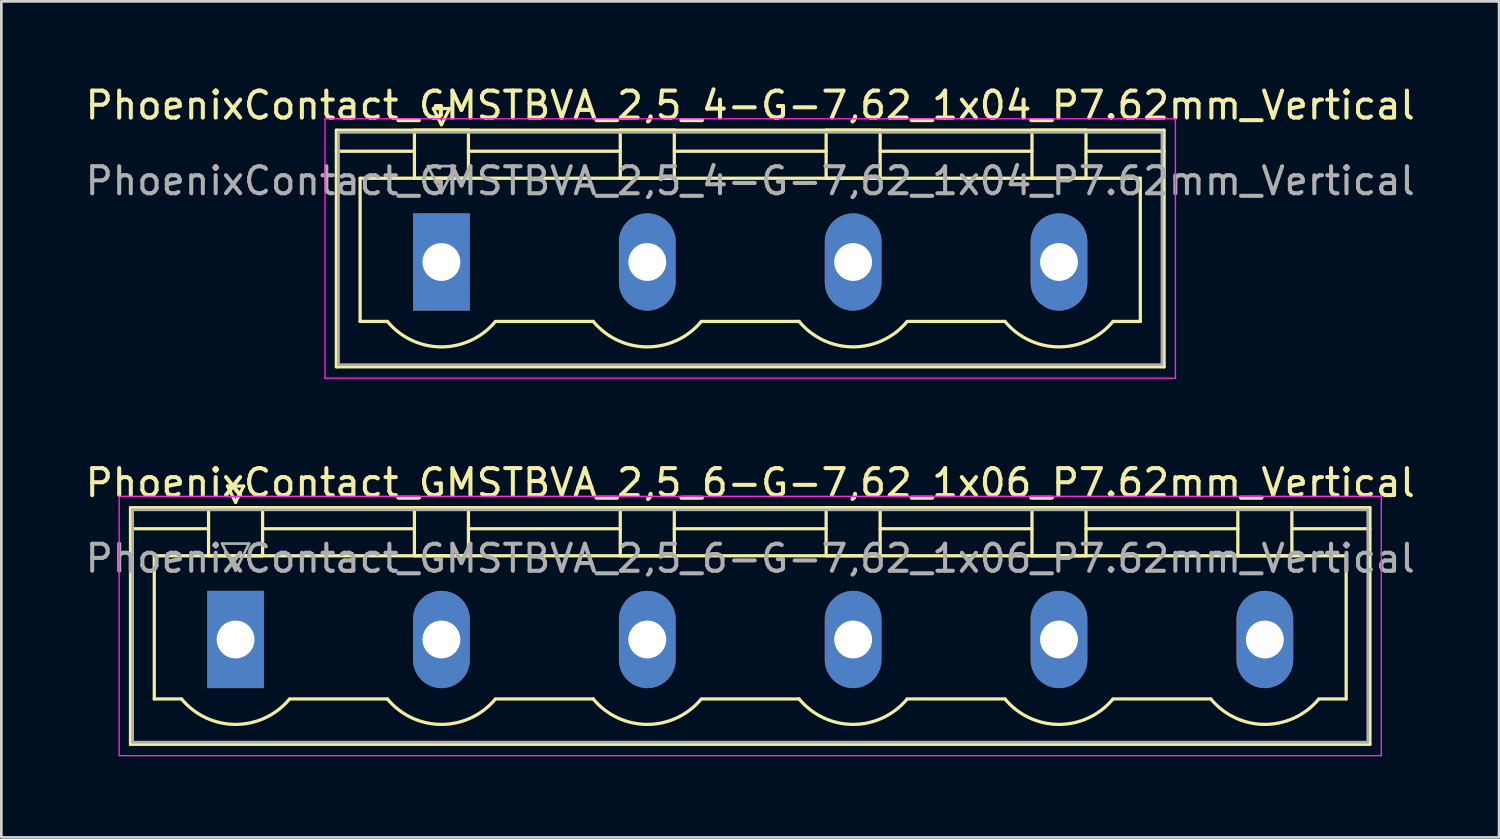
<source format=kicad_pcb>
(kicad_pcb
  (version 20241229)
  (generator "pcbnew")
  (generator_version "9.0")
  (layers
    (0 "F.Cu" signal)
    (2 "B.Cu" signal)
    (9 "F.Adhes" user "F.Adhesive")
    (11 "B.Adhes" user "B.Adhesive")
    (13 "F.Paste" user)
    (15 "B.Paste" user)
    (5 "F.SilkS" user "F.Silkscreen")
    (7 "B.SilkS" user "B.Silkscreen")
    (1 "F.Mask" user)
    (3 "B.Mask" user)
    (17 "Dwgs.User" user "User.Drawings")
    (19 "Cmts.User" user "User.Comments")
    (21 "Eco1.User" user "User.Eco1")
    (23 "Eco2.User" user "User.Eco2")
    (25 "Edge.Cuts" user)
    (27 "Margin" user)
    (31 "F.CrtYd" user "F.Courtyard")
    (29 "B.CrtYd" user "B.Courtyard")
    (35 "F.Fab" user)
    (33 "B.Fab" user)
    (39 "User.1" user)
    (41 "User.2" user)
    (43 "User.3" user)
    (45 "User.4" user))
  (footprint "PhoenixContact_GMSTBVA_2,5_6-G-7,62_1x06_P7.62mm_Vertical"
    (layer "F.Cu")
    (at 5.67 20.622)
    (property "Reference" "PhoenixContact_GMSTBVA_2,5_6-G-7,62_1x06_P7.62mm_Vertical" (at 19.05 -5.8 0) (layer "F.SilkS") (effects (font (size 1 1) (thickness 0.15))))
    (attr through_hole)
    (fp_line (start -3.89 -4.88) (end -3.89 3.88) (stroke (width 0.12) (type solid)) (layer "F.SilkS"))
    (fp_line (start -3.89 -4.1) (end -1.08 -4.1) (stroke (width 0.12) (type solid)) (layer "F.SilkS"))
    (fp_line (start -3.89 3.88) (end 41.99 3.88) (stroke (width 0.12) (type solid)) (layer "F.SilkS"))
    (fp_line (start -3.01 -3.1) (end 41.11 -3.1) (stroke (width 0.12) (type solid)) (layer "F.SilkS"))
    (fp_line (start -3.01 2.2) (end -3.01 -3.1) (stroke (width 0.12) (type solid)) (layer "F.SilkS"))
    (fp_line (start -2 2.2) (end -3.01 2.2) (stroke (width 0.12) (type solid)) (layer "F.SilkS"))
    (fp_line (start -1 -4.88) (end 1 -4.88) (stroke (width 0.12) (type solid)) (layer "F.SilkS"))
    (fp_line (start -1 -3.1) (end -1 -4.88) (stroke (width 0.12) (type solid)) (layer "F.SilkS"))
    (fp_line (start -0.3 -5.68) (end 0.3 -5.68) (stroke (width 0.12) (type solid)) (layer "F.SilkS"))
    (fp_line (start 0 -5.08) (end -0.3 -5.68) (stroke (width 0.12) (type solid)) (layer "F.SilkS"))
    (fp_line (start 0.3 -5.68) (end 0 -5.08) (stroke (width 0.12) (type solid)) (layer "F.SilkS"))
    (fp_line (start 1 -4.88) (end 1 -3.1) (stroke (width 0.12) (type solid)) (layer "F.SilkS"))
    (fp_line (start 1 -4.1) (end 6.62 -4.1) (stroke (width 0.12) (type solid)) (layer "F.SilkS"))
    (fp_line (start 1 -3.1) (end -1 -3.1) (stroke (width 0.12) (type solid)) (layer "F.SilkS"))
    (fp_line (start 2 2.2) (end 5.62 2.2) (stroke (width 0.12) (type solid)) (layer "F.SilkS"))
    (fp_line (start 6.62 -4.88) (end 8.62 -4.88) (stroke (width 0.12) (type solid)) (layer "F.SilkS"))
    (fp_line (start 6.62 -3.1) (end 6.62 -4.88) (stroke (width 0.12) (type solid)) (layer "F.SilkS"))
    (fp_line (start 8.62 -4.88) (end 8.62 -3.1) (stroke (width 0.12) (type solid)) (layer "F.SilkS"))
    (fp_line (start 8.62 -4.1) (end 14.24 -4.1) (stroke (width 0.12) (type solid)) (layer "F.SilkS"))
    (fp_line (start 8.62 -3.1) (end 6.62 -3.1) (stroke (width 0.12) (type solid)) (layer "F.SilkS"))
    (fp_line (start 9.62 2.2) (end 13.24 2.2) (stroke (width 0.12) (type solid)) (layer "F.SilkS"))
    (fp_line (start 14.24 -4.88) (end 16.24 -4.88) (stroke (width 0.12) (type solid)) (layer "F.SilkS"))
    (fp_line (start 14.24 -3.1) (end 14.24 -4.88) (stroke (width 0.12) (type solid)) (layer "F.SilkS"))
    (fp_line (start 16.24 -4.88) (end 16.24 -3.1) (stroke (width 0.12) (type solid)) (layer "F.SilkS"))
    (fp_line (start 16.24 -4.1) (end 21.86 -4.1) (stroke (width 0.12) (type solid)) (layer "F.SilkS"))
    (fp_line (start 16.24 -3.1) (end 14.24 -3.1) (stroke (width 0.12) (type solid)) (layer "F.SilkS"))
    (fp_line (start 17.24 2.2) (end 20.86 2.2) (stroke (width 0.12) (type solid)) (layer "F.SilkS"))
    (fp_line (start 21.86 -4.88) (end 23.86 -4.88) (stroke (width 0.12) (type solid)) (layer "F.SilkS"))
    (fp_line (start 21.86 -3.1) (end 21.86 -4.88) (stroke (width 0.12) (type solid)) (layer "F.SilkS"))
    (fp_line (start 23.86 -4.88) (end 23.86 -3.1) (stroke (width 0.12) (type solid)) (layer "F.SilkS"))
    (fp_line (start 23.86 -4.1) (end 29.48 -4.1) (stroke (width 0.12) (type solid)) (layer "F.SilkS"))
    (fp_line (start 23.86 -3.1) (end 21.86 -3.1) (stroke (width 0.12) (type solid)) (layer "F.SilkS"))
    (fp_line (start 24.86 2.2) (end 28.48 2.2) (stroke (width 0.12) (type solid)) (layer "F.SilkS"))
    (fp_line (start 29.48 -4.88) (end 31.48 -4.88) (stroke (width 0.12) (type solid)) (layer "F.SilkS"))
    (fp_line (start 29.48 -3.1) (end 29.48 -4.88) (stroke (width 0.12) (type solid)) (layer "F.SilkS"))
    (fp_line (start 31.48 -4.88) (end 31.48 -3.1) (stroke (width 0.12) (type solid)) (layer "F.SilkS"))
    (fp_line (start 31.48 -4.1) (end 37.1 -4.1) (stroke (width 0.12) (type solid)) (layer "F.SilkS"))
    (fp_line (start 31.48 -3.1) (end 29.48 -3.1) (stroke (width 0.12) (type solid)) (layer "F.SilkS"))
    (fp_line (start 32.48 2.2) (end 36.1 2.2) (stroke (width 0.12) (type solid)) (layer "F.SilkS"))
    (fp_line (start 37.1 -4.88) (end 39.1 -4.88) (stroke (width 0.12) (type solid)) (layer "F.SilkS"))
    (fp_line (start 37.1 -3.1) (end 37.1 -4.88) (stroke (width 0.12) (type solid)) (layer "F.SilkS"))
    (fp_line (start 39.1 -4.88) (end 39.1 -3.1) (stroke (width 0.12) (type solid)) (layer "F.SilkS"))
    (fp_line (start 39.1 -3.1) (end 37.1 -3.1) (stroke (width 0.12) (type solid)) (layer "F.SilkS"))
    (fp_line (start 41.11 -3.1) (end 41.11 2.2) (stroke (width 0.12) (type solid)) (layer "F.SilkS"))
    (fp_line (start 41.11 2.2) (end 40.1 2.2) (stroke (width 0.12) (type solid)) (layer "F.SilkS"))
    (fp_line (start 41.99 -4.88) (end -3.89 -4.88) (stroke (width 0.12) (type solid)) (layer "F.SilkS"))
    (fp_line (start 41.99 -4.1) (end 39.18 -4.1) (stroke (width 0.12) (type solid)) (layer "F.SilkS"))
    (fp_line (start 41.99 3.88) (end 41.99 -4.88) (stroke (width 0.12) (type solid)) (layer "F.SilkS"))
    (fp_arc (start 1.986842 2.215821) (mid -0.010289 3.142758) (end -2 2.2) (stroke (width 0.12) (type solid)) (layer "F.SilkS"))
    (fp_arc (start 9.606842 2.215821) (mid 7.609711 3.142758) (end 5.62 2.2) (stroke (width 0.12) (type solid)) (layer "F.SilkS"))
    (fp_arc (start 17.226842 2.215821) (mid 15.229711 3.142758) (end 13.24 2.2) (stroke (width 0.12) (type solid)) (layer "F.SilkS"))
    (fp_arc (start 24.846842 2.215821) (mid 22.849711 3.142758) (end 20.86 2.2) (stroke (width 0.12) (type solid)) (layer "F.SilkS"))
    (fp_arc (start 32.466842 2.215821) (mid 30.469711 3.142758) (end 28.48 2.2) (stroke (width 0.12) (type solid)) (layer "F.SilkS"))
    (fp_arc (start 40.086842 2.215821) (mid 38.089711 3.142758) (end 36.1 2.2) (stroke (width 0.12) (type solid)) (layer "F.SilkS"))
    (fp_line (start -4.31 -5.3) (end -4.31 4.3) (stroke (width 0.05) (type solid)) (layer "F.CrtYd"))
    (fp_line (start -4.31 4.3) (end 42.41 4.3) (stroke (width 0.05) (type solid)) (layer "F.CrtYd"))
    (fp_line (start 42.41 -5.3) (end -4.31 -5.3) (stroke (width 0.05) (type solid)) (layer "F.CrtYd"))
    (fp_line (start 42.41 4.3) (end 42.41 -5.3) (stroke (width 0.05) (type solid)) (layer "F.CrtYd"))
    (fp_line (start -3.81 -4.8) (end -3.81 3.8) (stroke (width 0.1) (type solid)) (layer "F.Fab"))
    (fp_line (start -3.81 3.8) (end 41.91 3.8) (stroke (width 0.1) (type solid)) (layer "F.Fab"))
    (fp_line (start -0.5 -3.55) (end 0.5 -3.55) (stroke (width 0.1) (type solid)) (layer "F.Fab"))
    (fp_line (start 0 -2.55) (end -0.5 -3.55) (stroke (width 0.1) (type solid)) (layer "F.Fab"))
    (fp_line (start 0.5 -3.55) (end 0 -2.55) (stroke (width 0.1) (type solid)) (layer "F.Fab"))
    (fp_line (start 41.91 -4.8) (end -3.81 -4.8) (stroke (width 0.1) (type solid)) (layer "F.Fab"))
    (fp_line (start 41.91 3.8) (end 41.91 -4.8) (stroke (width 0.1) (type solid)) (layer "F.Fab"))
    (fp_text user "${REFERENCE}" (at 19.05 -3 0) (layer "F.Fab") (effects (font (size 1 1) (thickness 0.15))))
    (pad "1" thru_hole rect (at 0 0) (size 2.1 3.6) (drill 1.4) (layers "*.Cu" "*.Mask"))
    (pad "2" thru_hole oval (at 7.62 0) (size 2.1 3.6) (drill 1.4) (layers "*.Cu" "*.Mask"))
    (pad "3" thru_hole oval (at 15.24 0) (size 2.1 3.6) (drill 1.4) (layers "*.Cu" "*.Mask"))
    (pad "4" thru_hole oval (at 22.86 0) (size 2.1 3.6) (drill 1.4) (layers "*.Cu" "*.Mask"))
    (pad "5" thru_hole oval (at 30.48 0) (size 2.1 3.6) (drill 1.4) (layers "*.Cu" "*.Mask"))
    (pad "6" thru_hole oval (at 38.1 0) (size 2.1 3.6) (drill 1.4) (layers "*.Cu" "*.Mask")))
  (footprint "PhoenixContact_GMSTBVA_2,5_4-G-7,62_1x04_P7.62mm_Vertical"
    (layer "F.Cu")
    (at 13.29 6.648)
    (property "Reference" "PhoenixContact_GMSTBVA_2,5_4-G-7,62_1x04_P7.62mm_Vertical" (at 11.43 -5.8 0) (layer "F.SilkS") (effects (font (size 1 1) (thickness 0.15))))
    (attr through_hole)
    (fp_line (start -3.89 -4.88) (end -3.89 3.88) (stroke (width 0.12) (type solid)) (layer "F.SilkS"))
    (fp_line (start -3.89 -4.1) (end -1.08 -4.1) (stroke (width 0.12) (type solid)) (layer "F.SilkS"))
    (fp_line (start -3.89 3.88) (end 26.75 3.88) (stroke (width 0.12) (type solid)) (layer "F.SilkS"))
    (fp_line (start -3.01 -3.1) (end 25.87 -3.1) (stroke (width 0.12) (type solid)) (layer "F.SilkS"))
    (fp_line (start -3.01 2.2) (end -3.01 -3.1) (stroke (width 0.12) (type solid)) (layer "F.SilkS"))
    (fp_line (start -2 2.2) (end -3.01 2.2) (stroke (width 0.12) (type solid)) (layer "F.SilkS"))
    (fp_line (start -1 -4.88) (end 1 -4.88) (stroke (width 0.12) (type solid)) (layer "F.SilkS"))
    (fp_line (start -1 -3.1) (end -1 -4.88) (stroke (width 0.12) (type solid)) (layer "F.SilkS"))
    (fp_line (start -0.3 -5.68) (end 0.3 -5.68) (stroke (width 0.12) (type solid)) (layer "F.SilkS"))
    (fp_line (start 0 -5.08) (end -0.3 -5.68) (stroke (width 0.12) (type solid)) (layer "F.SilkS"))
    (fp_line (start 0.3 -5.68) (end 0 -5.08) (stroke (width 0.12) (type solid)) (layer "F.SilkS"))
    (fp_line (start 1 -4.88) (end 1 -3.1) (stroke (width 0.12) (type solid)) (layer "F.SilkS"))
    (fp_line (start 1 -4.1) (end 6.62 -4.1) (stroke (width 0.12) (type solid)) (layer "F.SilkS"))
    (fp_line (start 1 -3.1) (end -1 -3.1) (stroke (width 0.12) (type solid)) (layer "F.SilkS"))
    (fp_line (start 2 2.2) (end 5.62 2.2) (stroke (width 0.12) (type solid)) (layer "F.SilkS"))
    (fp_line (start 6.62 -4.88) (end 8.62 -4.88) (stroke (width 0.12) (type solid)) (layer "F.SilkS"))
    (fp_line (start 6.62 -3.1) (end 6.62 -4.88) (stroke (width 0.12) (type solid)) (layer "F.SilkS"))
    (fp_line (start 8.62 -4.88) (end 8.62 -3.1) (stroke (width 0.12) (type solid)) (layer "F.SilkS"))
    (fp_line (start 8.62 -4.1) (end 14.24 -4.1) (stroke (width 0.12) (type solid)) (layer "F.SilkS"))
    (fp_line (start 8.62 -3.1) (end 6.62 -3.1) (stroke (width 0.12) (type solid)) (layer "F.SilkS"))
    (fp_line (start 9.62 2.2) (end 13.24 2.2) (stroke (width 0.12) (type solid)) (layer "F.SilkS"))
    (fp_line (start 14.24 -4.88) (end 16.24 -4.88) (stroke (width 0.12) (type solid)) (layer "F.SilkS"))
    (fp_line (start 14.24 -3.1) (end 14.24 -4.88) (stroke (width 0.12) (type solid)) (layer "F.SilkS"))
    (fp_line (start 16.24 -4.88) (end 16.24 -3.1) (stroke (width 0.12) (type solid)) (layer "F.SilkS"))
    (fp_line (start 16.24 -4.1) (end 21.86 -4.1) (stroke (width 0.12) (type solid)) (layer "F.SilkS"))
    (fp_line (start 16.24 -3.1) (end 14.24 -3.1) (stroke (width 0.12) (type solid)) (layer "F.SilkS"))
    (fp_line (start 17.24 2.2) (end 20.86 2.2) (stroke (width 0.12) (type solid)) (layer "F.SilkS"))
    (fp_line (start 21.86 -4.88) (end 23.86 -4.88) (stroke (width 0.12) (type solid)) (layer "F.SilkS"))
    (fp_line (start 21.86 -3.1) (end 21.86 -4.88) (stroke (width 0.12) (type solid)) (layer "F.SilkS"))
    (fp_line (start 23.86 -4.88) (end 23.86 -3.1) (stroke (width 0.12) (type solid)) (layer "F.SilkS"))
    (fp_line (start 23.86 -3.1) (end 21.86 -3.1) (stroke (width 0.12) (type solid)) (layer "F.SilkS"))
    (fp_line (start 25.87 -3.1) (end 25.87 2.2) (stroke (width 0.12) (type solid)) (layer "F.SilkS"))
    (fp_line (start 25.87 2.2) (end 24.86 2.2) (stroke (width 0.12) (type solid)) (layer "F.SilkS"))
    (fp_line (start 26.75 -4.88) (end -3.89 -4.88) (stroke (width 0.12) (type solid)) (layer "F.SilkS"))
    (fp_line (start 26.75 -4.1) (end 23.94 -4.1) (stroke (width 0.12) (type solid)) (layer "F.SilkS"))
    (fp_line (start 26.75 3.88) (end 26.75 -4.88) (stroke (width 0.12) (type solid)) (layer "F.SilkS"))
    (fp_arc (start 1.986842 2.215821) (mid -0.010289 3.142758) (end -2 2.2) (stroke (width 0.12) (type solid)) (layer "F.SilkS"))
    (fp_arc (start 9.606842 2.215821) (mid 7.609711 3.142758) (end 5.62 2.2) (stroke (width 0.12) (type solid)) (layer "F.SilkS"))
    (fp_arc (start 17.226842 2.215821) (mid 15.229711 3.142758) (end 13.24 2.2) (stroke (width 0.12) (type solid)) (layer "F.SilkS"))
    (fp_arc (start 24.846842 2.215821) (mid 22.849711 3.142758) (end 20.86 2.2) (stroke (width 0.12) (type solid)) (layer "F.SilkS"))
    (fp_line (start -4.31 -5.3) (end -4.31 4.3) (stroke (width 0.05) (type solid)) (layer "F.CrtYd"))
    (fp_line (start -4.31 4.3) (end 27.17 4.3) (stroke (width 0.05) (type solid)) (layer "F.CrtYd"))
    (fp_line (start 27.17 -5.3) (end -4.31 -5.3) (stroke (width 0.05) (type solid)) (layer "F.CrtYd"))
    (fp_line (start 27.17 4.3) (end 27.17 -5.3) (stroke (width 0.05) (type solid)) (layer "F.CrtYd"))
    (fp_line (start -3.81 -4.8) (end -3.81 3.8) (stroke (width 0.1) (type solid)) (layer "F.Fab"))
    (fp_line (start -3.81 3.8) (end 26.67 3.8) (stroke (width 0.1) (type solid)) (layer "F.Fab"))
    (fp_line (start -0.5 -3.55) (end 0.5 -3.55) (stroke (width 0.1) (type solid)) (layer "F.Fab"))
    (fp_line (start 0 -2.55) (end -0.5 -3.55) (stroke (width 0.1) (type solid)) (layer "F.Fab"))
    (fp_line (start 0.5 -3.55) (end 0 -2.55) (stroke (width 0.1) (type solid)) (layer "F.Fab"))
    (fp_line (start 26.67 -4.8) (end -3.81 -4.8) (stroke (width 0.1) (type solid)) (layer "F.Fab"))
    (fp_line (start 26.67 3.8) (end 26.67 -4.8) (stroke (width 0.1) (type solid)) (layer "F.Fab"))
    (fp_text user "${REFERENCE}" (at 11.43 -3 0) (layer "F.Fab") (effects (font (size 1 1) (thickness 0.15))))
    (pad "1" thru_hole rect (at 0 0) (size 2.1 3.6) (drill 1.4) (layers "*.Cu" "*.Mask"))
    (pad "2" thru_hole oval (at 7.62 0) (size 2.1 3.6) (drill 1.4) (layers "*.Cu" "*.Mask"))
    (pad "3" thru_hole oval (at 15.24 0) (size 2.1 3.6) (drill 1.4) (layers "*.Cu" "*.Mask"))
    (pad "4" thru_hole oval (at 22.86 0) (size 2.1 3.6) (drill 1.4) (layers "*.Cu" "*.Mask")))
  (gr_rect
    (start -3 -3)
    (end 52.44 27.947)
    (stroke (width 0.1) (type default))
    (fill no)
    (layer "Edge.Cuts")))
</source>
